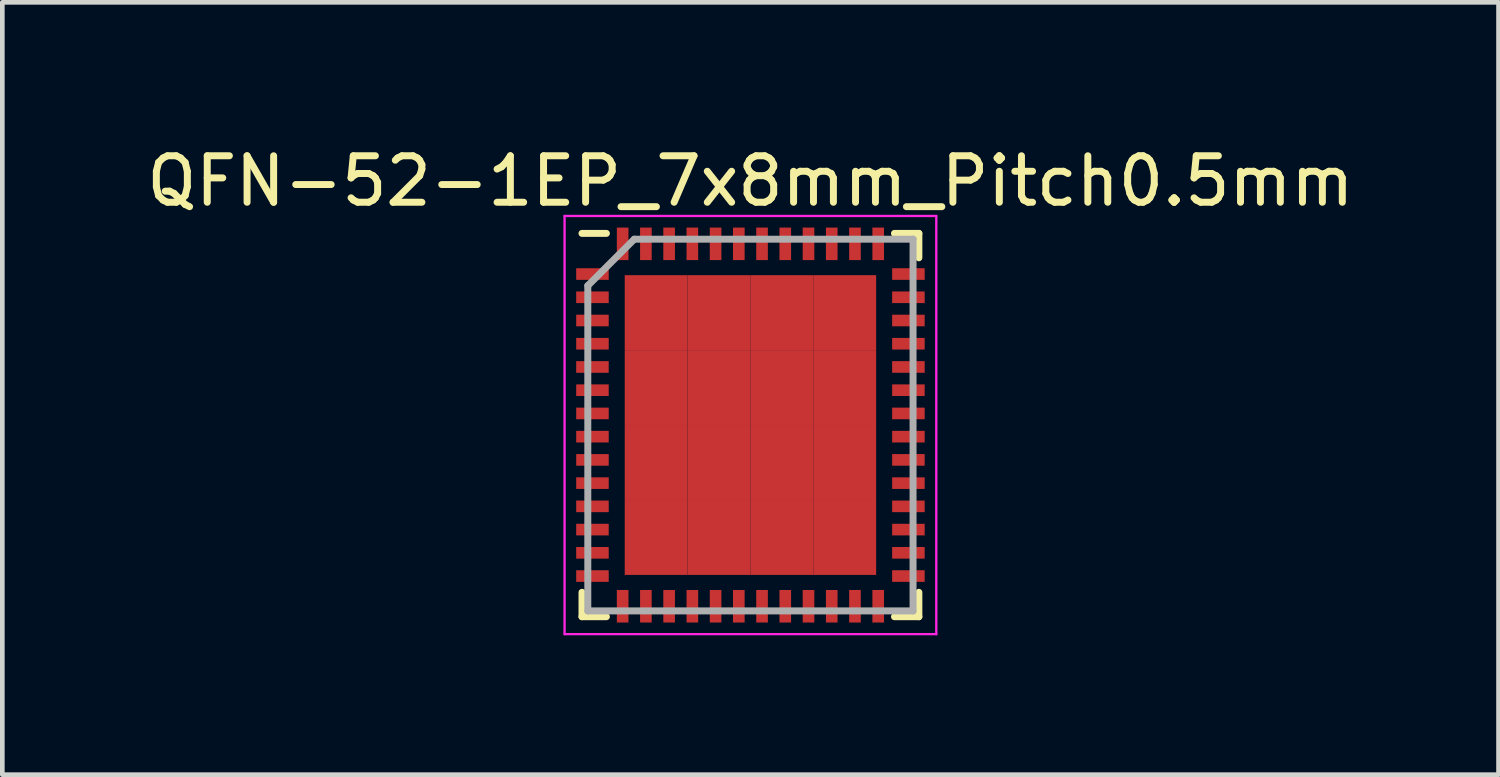
<source format=kicad_pcb>
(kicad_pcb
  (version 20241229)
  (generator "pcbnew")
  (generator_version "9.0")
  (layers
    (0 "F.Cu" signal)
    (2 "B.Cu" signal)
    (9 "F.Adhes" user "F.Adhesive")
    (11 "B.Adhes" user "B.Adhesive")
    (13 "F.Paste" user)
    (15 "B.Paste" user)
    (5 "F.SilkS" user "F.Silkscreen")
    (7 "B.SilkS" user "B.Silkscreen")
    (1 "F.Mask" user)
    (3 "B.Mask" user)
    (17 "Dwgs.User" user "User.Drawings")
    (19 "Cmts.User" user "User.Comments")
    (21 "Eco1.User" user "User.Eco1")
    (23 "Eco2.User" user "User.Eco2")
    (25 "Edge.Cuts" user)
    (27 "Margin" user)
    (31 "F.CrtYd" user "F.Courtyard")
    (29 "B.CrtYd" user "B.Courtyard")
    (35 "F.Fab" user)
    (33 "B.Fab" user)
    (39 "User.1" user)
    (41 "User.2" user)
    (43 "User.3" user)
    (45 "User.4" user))
  (footprint "QFN-52-1EP_7x8mm_Pitch0.5mm"
    (layer "F.Cu")
    (at 13.101 6.098)
    (property "Reference" "QFN-52-1EP_7x8mm_Pitch0.5mm" (at 0 -5.25 0) (layer "F.SilkS") (effects (font (size 1 1) (thickness 0.15))))
    (attr smd)
    (fp_line (start -3.625 -4.125) (end -3.1 -4.125) (stroke (width 0.15) (type solid)) (layer "F.SilkS"))
    (fp_line (start -3.625 4.125) (end -3.625 3.6) (stroke (width 0.15) (type solid)) (layer "F.SilkS"))
    (fp_line (start -3.625 4.125) (end -3.1 4.125) (stroke (width 0.15) (type solid)) (layer "F.SilkS"))
    (fp_line (start 3.625 -4.125) (end 3.1 -4.125) (stroke (width 0.15) (type solid)) (layer "F.SilkS"))
    (fp_line (start 3.625 -4.125) (end 3.625 -3.6) (stroke (width 0.15) (type solid)) (layer "F.SilkS"))
    (fp_line (start 3.625 4.125) (end 3.1 4.125) (stroke (width 0.15) (type solid)) (layer "F.SilkS"))
    (fp_line (start 3.625 4.125) (end 3.625 3.6) (stroke (width 0.15) (type solid)) (layer "F.SilkS"))
    (fp_line (start -4 -4.5) (end -4 4.5) (stroke (width 0.05) (type solid)) (layer "F.CrtYd"))
    (fp_line (start -4 -4.5) (end 4 -4.5) (stroke (width 0.05) (type solid)) (layer "F.CrtYd"))
    (fp_line (start -4 4.5) (end 4 4.5) (stroke (width 0.05) (type solid)) (layer "F.CrtYd"))
    (fp_line (start 4 -4.5) (end 4 4.5) (stroke (width 0.05) (type solid)) (layer "F.CrtYd"))
    (fp_line (start -3.5 -3) (end -2.5 -4) (stroke (width 0.15) (type solid)) (layer "F.Fab"))
    (fp_line (start -3.5 4) (end -3.5 -3) (stroke (width 0.15) (type solid)) (layer "F.Fab"))
    (fp_line (start -2.5 -4) (end 3.5 -4) (stroke (width 0.15) (type solid)) (layer "F.Fab"))
    (fp_line (start 3.5 -4) (end 3.5 4) (stroke (width 0.15) (type solid)) (layer "F.Fab"))
    (fp_line (start 3.5 4) (end -3.5 4) (stroke (width 0.15) (type solid)) (layer "F.Fab"))
    (pad "1" smd rect (at -3.4 -3.25) (size 0.7 0.25) (layers "F.Cu" "F.Mask" "F.Paste"))
    (pad "2" smd rect (at -3.4 -2.75) (size 0.7 0.25) (layers "F.Cu" "F.Mask" "F.Paste"))
    (pad "3" smd rect (at -3.4 -2.25) (size 0.7 0.25) (layers "F.Cu" "F.Mask" "F.Paste"))
    (pad "4" smd rect (at -3.4 -1.75) (size 0.7 0.25) (layers "F.Cu" "F.Mask" "F.Paste"))
    (pad "5" smd rect (at -3.4 -1.25) (size 0.7 0.25) (layers "F.Cu" "F.Mask" "F.Paste"))
    (pad "6" smd rect (at -3.4 -0.75) (size 0.7 0.25) (layers "F.Cu" "F.Mask" "F.Paste"))
    (pad "7" smd rect (at -3.4 -0.25) (size 0.7 0.25) (layers "F.Cu" "F.Mask" "F.Paste"))
    (pad "8" smd rect (at -3.4 0.25) (size 0.7 0.25) (layers "F.Cu" "F.Mask" "F.Paste"))
    (pad "9" smd rect (at -3.4 0.75) (size 0.7 0.25) (layers "F.Cu" "F.Mask" "F.Paste"))
    (pad "10" smd rect (at -3.4 1.25) (size 0.7 0.25) (layers "F.Cu" "F.Mask" "F.Paste"))
    (pad "11" smd rect (at -3.4 1.75) (size 0.7 0.25) (layers "F.Cu" "F.Mask" "F.Paste"))
    (pad "12" smd rect (at -3.4 2.25) (size 0.7 0.25) (layers "F.Cu" "F.Mask" "F.Paste"))
    (pad "13" smd rect (at -3.4 2.75) (size 0.7 0.25) (layers "F.Cu" "F.Mask" "F.Paste"))
    (pad "14" smd rect (at -3.4 3.25) (size 0.7 0.25) (layers "F.Cu" "F.Mask" "F.Paste"))
    (pad "15" smd rect (at -2.75 3.9 90) (size 0.7 0.25) (layers "F.Cu" "F.Mask" "F.Paste"))
    (pad "16" smd rect (at -2.25 3.9 90) (size 0.7 0.25) (layers "F.Cu" "F.Mask" "F.Paste"))
    (pad "17" smd rect (at -1.75 3.9 90) (size 0.7 0.25) (layers "F.Cu" "F.Mask" "F.Paste"))
    (pad "18" smd rect (at -1.25 3.9 90) (size 0.7 0.25) (layers "F.Cu" "F.Mask" "F.Paste"))
    (pad "19" smd rect (at -0.75 3.9 90) (size 0.7 0.25) (layers "F.Cu" "F.Mask" "F.Paste"))
    (pad "20" smd rect (at -0.25 3.9 90) (size 0.7 0.25) (layers "F.Cu" "F.Mask" "F.Paste"))
    (pad "21" smd rect (at 0.25 3.9 90) (size 0.7 0.25) (layers "F.Cu" "F.Mask" "F.Paste"))
    (pad "22" smd rect (at 0.75 3.9 90) (size 0.7 0.25) (layers "F.Cu" "F.Mask" "F.Paste"))
    (pad "23" smd rect (at 1.25 3.9 90) (size 0.7 0.25) (layers "F.Cu" "F.Mask" "F.Paste"))
    (pad "24" smd rect (at 1.75 3.9 90) (size 0.7 0.25) (layers "F.Cu" "F.Mask" "F.Paste"))
    (pad "25" smd rect (at 2.25 3.9 90) (size 0.7 0.25) (layers "F.Cu" "F.Mask" "F.Paste"))
    (pad "26" smd rect (at 2.75 3.9 90) (size 0.7 0.25) (layers "F.Cu" "F.Mask" "F.Paste"))
    (pad "27" smd rect (at 3.4 3.25) (size 0.7 0.25) (layers "F.Cu" "F.Mask" "F.Paste"))
    (pad "28" smd rect (at 3.4 2.75) (size 0.7 0.25) (layers "F.Cu" "F.Mask" "F.Paste"))
    (pad "29" smd rect (at 3.4 2.25) (size 0.7 0.25) (layers "F.Cu" "F.Mask" "F.Paste"))
    (pad "30" smd rect (at 3.4 1.75) (size 0.7 0.25) (layers "F.Cu" "F.Mask" "F.Paste"))
    (pad "31" smd rect (at 3.4 1.25) (size 0.7 0.25) (layers "F.Cu" "F.Mask" "F.Paste"))
    (pad "32" smd rect (at 3.4 0.75) (size 0.7 0.25) (layers "F.Cu" "F.Mask" "F.Paste"))
    (pad "33" smd rect (at 3.4 0.25) (size 0.7 0.25) (layers "F.Cu" "F.Mask" "F.Paste"))
    (pad "34" smd rect (at 3.4 -0.25) (size 0.7 0.25) (layers "F.Cu" "F.Mask" "F.Paste"))
    (pad "35" smd rect (at 3.4 -0.75) (size 0.7 0.25) (layers "F.Cu" "F.Mask" "F.Paste"))
    (pad "36" smd rect (at 3.4 -1.25) (size 0.7 0.25) (layers "F.Cu" "F.Mask" "F.Paste"))
    (pad "37" smd rect (at 3.4 -1.75) (size 0.7 0.25) (layers "F.Cu" "F.Mask" "F.Paste"))
    (pad "38" smd rect (at 3.4 -2.25) (size 0.7 0.25) (layers "F.Cu" "F.Mask" "F.Paste"))
    (pad "39" smd rect (at 3.4 -2.75) (size 0.7 0.25) (layers "F.Cu" "F.Mask" "F.Paste"))
    (pad "40" smd rect (at 3.4 -3.25) (size 0.7 0.25) (layers "F.Cu" "F.Mask" "F.Paste"))
    (pad "41" smd rect (at 2.75 -3.9 90) (size 0.7 0.25) (layers "F.Cu" "F.Mask" "F.Paste"))
    (pad "42" smd rect (at 2.25 -3.9 90) (size 0.7 0.25) (layers "F.Cu" "F.Mask" "F.Paste"))
    (pad "43" smd rect (at 1.75 -3.9 90) (size 0.7 0.25) (layers "F.Cu" "F.Mask" "F.Paste"))
    (pad "44" smd rect (at 1.25 -3.9 90) (size 0.7 0.25) (layers "F.Cu" "F.Mask" "F.Paste"))
    (pad "45" smd rect (at 0.75 -3.9 90) (size 0.7 0.25) (layers "F.Cu" "F.Mask" "F.Paste"))
    (pad "46" smd rect (at 0.25 -3.9 90) (size 0.7 0.25) (layers "F.Cu" "F.Mask" "F.Paste"))
    (pad "47" smd rect (at -0.25 -3.9 90) (size 0.7 0.25) (layers "F.Cu" "F.Mask" "F.Paste"))
    (pad "48" smd rect (at -0.75 -3.9 90) (size 0.7 0.25) (layers "F.Cu" "F.Mask" "F.Paste"))
    (pad "49" smd rect (at -1.25 -3.9 90) (size 0.7 0.25) (layers "F.Cu" "F.Mask" "F.Paste"))
    (pad "50" smd rect (at -1.75 -3.9 90) (size 0.7 0.25) (layers "F.Cu" "F.Mask" "F.Paste"))
    (pad "51" smd rect (at -2.25 -3.9 90) (size 0.7 0.25) (layers "F.Cu" "F.Mask" "F.Paste"))
    (pad "52" smd rect (at -2.75 -3.9 90) (size 0.7 0.25) (layers "F.Cu" "F.Mask" "F.Paste"))
    (pad "53" smd rect (at -2.029 -2.419) (size 1.353 1.613) (layers "F.Cu" "F.Mask" "F.Paste"))
    (pad "53" smd rect (at -2.029 -0.806) (size 1.353 1.613) (layers "F.Cu" "F.Mask" "F.Paste"))
    (pad "53" smd rect (at -2.029 0.806) (size 1.353 1.613) (layers "F.Cu" "F.Mask" "F.Paste"))
    (pad "53" smd rect (at -2.029 2.419) (size 1.353 1.613) (layers "F.Cu" "F.Mask" "F.Paste"))
    (pad "53" smd rect (at -0.676 -2.419) (size 1.353 1.613) (layers "F.Cu" "F.Mask" "F.Paste"))
    (pad "53" smd rect (at -0.676 -0.806) (size 1.353 1.613) (layers "F.Cu" "F.Mask" "F.Paste"))
    (pad "53" smd rect (at -0.676 0.806) (size 1.353 1.613) (layers "F.Cu" "F.Mask" "F.Paste"))
    (pad "53" smd rect (at -0.676 2.419) (size 1.353 1.613) (layers "F.Cu" "F.Mask" "F.Paste"))
    (pad "53" smd rect (at 0.676 -2.419) (size 1.353 1.613) (layers "F.Cu" "F.Mask" "F.Paste"))
    (pad "53" smd rect (at 0.676 -0.806) (size 1.353 1.613) (layers "F.Cu" "F.Mask" "F.Paste"))
    (pad "53" smd rect (at 0.676 0.806) (size 1.353 1.613) (layers "F.Cu" "F.Mask" "F.Paste"))
    (pad "53" smd rect (at 0.676 2.419) (size 1.353 1.613) (layers "F.Cu" "F.Mask" "F.Paste"))
    (pad "53" smd rect (at 2.029 -2.419) (size 1.353 1.613) (layers "F.Cu" "F.Mask" "F.Paste"))
    (pad "53" smd rect (at 2.029 -0.806) (size 1.353 1.613) (layers "F.Cu" "F.Mask" "F.Paste"))
    (pad "53" smd rect (at 2.029 0.806) (size 1.353 1.613) (layers "F.Cu" "F.Mask" "F.Paste"))
    (pad "53" smd rect (at 2.029 2.419) (size 1.353 1.613) (layers "F.Cu" "F.Mask" "F.Paste")))
  (gr_rect
    (start -3 -3)
    (end 29.202 13.623)
    (stroke (width 0.1) (type default))
    (fill no)
    (layer "Edge.Cuts")))
</source>
